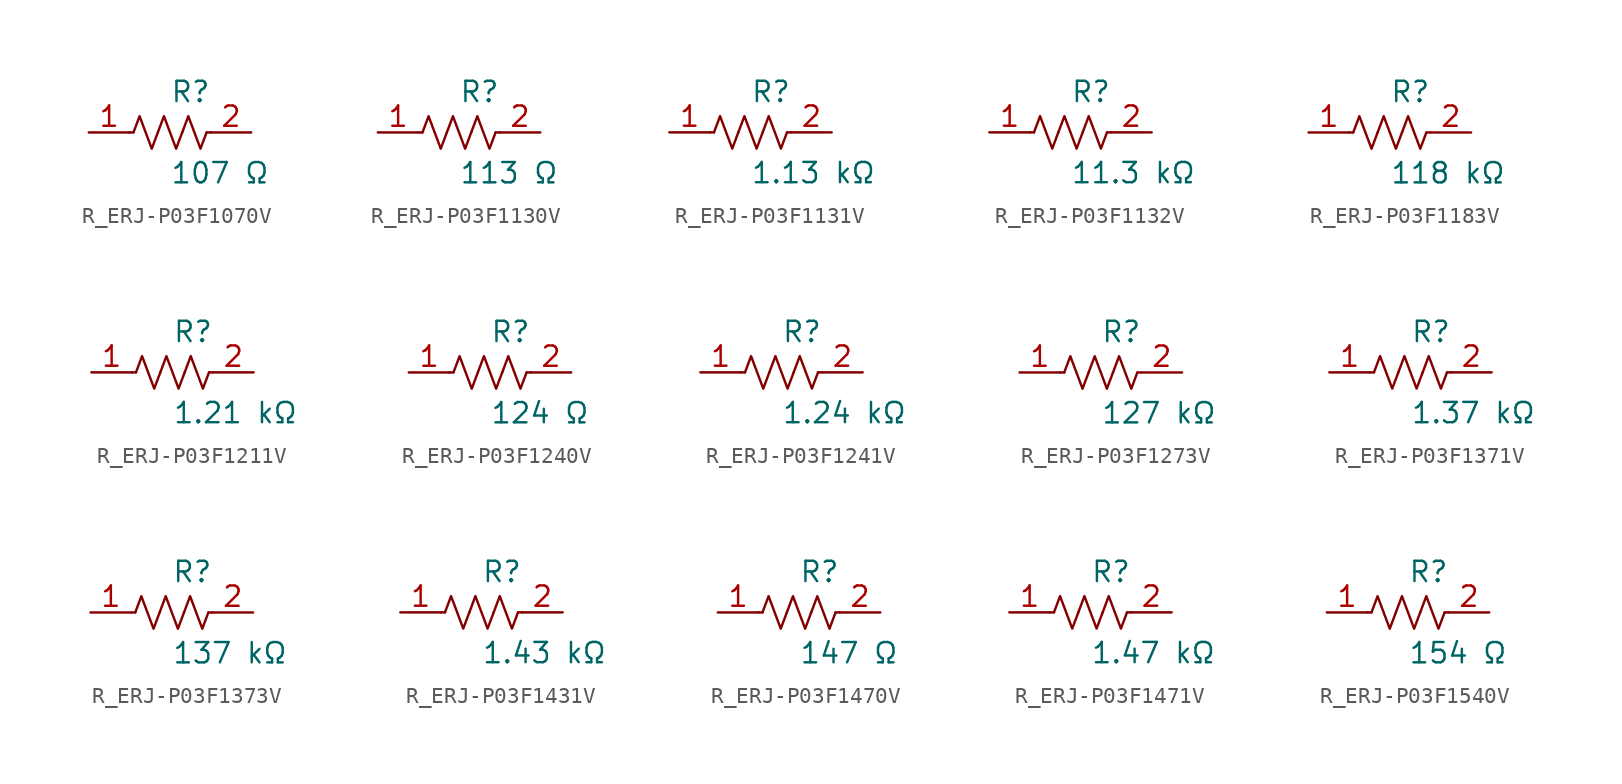
<source format=kicad_sym>
(kicad_symbol_lib
  (version 20231120)
  (generator kicad_symbol_editor)
  (generator_version 8.0)
  (symbol "R_ERJ-P03F1070V"
    (pin_names
      (offset 0.254))
    (property "Reference" "R"
      (at 0.0 2.54 0)
      (effects (font (size 1.27 1.27)) (justify left)))
    (property "Value" "107 Ω"
      (at 0.0 -2.54 0)
      (effects (font (size 1.27 1.27)) (justify left)))
    (symbol "R_ERJ-P03F1070V_0_1"
      (polyline (pts (xy 2.286 0) (xy 2.54 0)) (stroke (width 0) (type default)) (fill (type none)))
      (polyline (pts (xy -2.286 0) (xy -2.54 0)) (stroke (width 0) (type default)) (fill (type none)))
      (polyline (pts (xy 0.762 0) (xy 1.143 1.016) (xy 1.524 0) (xy 1.905 -1.016) (xy 2.286 0)) (stroke (width 0) (type default)) (fill (type none)))
      (polyline (pts (xy -0.762 0) (xy -0.381 1.016) (xy 0 0) (xy 0.381 -1.016) (xy 0.762 0)) (stroke (width 0) (type default)) (fill (type none)))
      (polyline (pts (xy -2.286 0) (xy -1.905 1.016) (xy -1.524 0) (xy -1.143 -1.016) (xy -0.762 0)) (stroke (width 0) (type default)) (fill (type none))))
    (pin unspecified line
      (at -5.08 0 0)
      (length 2.54)
      (name "" (effects (font (size 1.27 1.27))))
      (number "1" (effects (font (size 1.27 1.27)))))
    (pin unspecified line
      (at 5.08 0 180)
      (length 2.54)
      (name "" (effects (font (size 1.27 1.27))))
      (number "2" (effects (font (size 1.27 1.27))))))
  (symbol "R_ERJ-P03F1130V"
    (pin_names
      (offset 0.254))
    (property "Reference" "R"
      (at 0.0 2.54 0)
      (effects (font (size 1.27 1.27)) (justify left)))
    (property "Value" "113 Ω"
      (at 0.0 -2.54 0)
      (effects (font (size 1.27 1.27)) (justify left)))
    (symbol "R_ERJ-P03F1130V_0_1"
      (polyline (pts (xy 2.286 0) (xy 2.54 0)) (stroke (width 0) (type default)) (fill (type none)))
      (polyline (pts (xy -2.286 0) (xy -2.54 0)) (stroke (width 0) (type default)) (fill (type none)))
      (polyline (pts (xy 0.762 0) (xy 1.143 1.016) (xy 1.524 0) (xy 1.905 -1.016) (xy 2.286 0)) (stroke (width 0) (type default)) (fill (type none)))
      (polyline (pts (xy -0.762 0) (xy -0.381 1.016) (xy 0 0) (xy 0.381 -1.016) (xy 0.762 0)) (stroke (width 0) (type default)) (fill (type none)))
      (polyline (pts (xy -2.286 0) (xy -1.905 1.016) (xy -1.524 0) (xy -1.143 -1.016) (xy -0.762 0)) (stroke (width 0) (type default)) (fill (type none))))
    (pin unspecified line
      (at -5.08 0 0)
      (length 2.54)
      (name "" (effects (font (size 1.27 1.27))))
      (number "1" (effects (font (size 1.27 1.27)))))
    (pin unspecified line
      (at 5.08 0 180)
      (length 2.54)
      (name "" (effects (font (size 1.27 1.27))))
      (number "2" (effects (font (size 1.27 1.27))))))
  (symbol "R_ERJ-P03F1131V"
    (pin_names
      (offset 0.254))
    (property "Reference" "R"
      (at 0.0 2.54 0)
      (effects (font (size 1.27 1.27)) (justify left)))
    (property "Value" "1.13 kΩ"
      (at 0.0 -2.54 0)
      (effects (font (size 1.27 1.27)) (justify left)))
    (symbol "R_ERJ-P03F1131V_0_1"
      (polyline (pts (xy 2.286 0) (xy 2.54 0)) (stroke (width 0) (type default)) (fill (type none)))
      (polyline (pts (xy -2.286 0) (xy -2.54 0)) (stroke (width 0) (type default)) (fill (type none)))
      (polyline (pts (xy 0.762 0) (xy 1.143 1.016) (xy 1.524 0) (xy 1.905 -1.016) (xy 2.286 0)) (stroke (width 0) (type default)) (fill (type none)))
      (polyline (pts (xy -0.762 0) (xy -0.381 1.016) (xy 0 0) (xy 0.381 -1.016) (xy 0.762 0)) (stroke (width 0) (type default)) (fill (type none)))
      (polyline (pts (xy -2.286 0) (xy -1.905 1.016) (xy -1.524 0) (xy -1.143 -1.016) (xy -0.762 0)) (stroke (width 0) (type default)) (fill (type none))))
    (pin unspecified line
      (at -5.08 0 0)
      (length 2.54)
      (name "" (effects (font (size 1.27 1.27))))
      (number "1" (effects (font (size 1.27 1.27)))))
    (pin unspecified line
      (at 5.08 0 180)
      (length 2.54)
      (name "" (effects (font (size 1.27 1.27))))
      (number "2" (effects (font (size 1.27 1.27))))))
  (symbol "R_ERJ-P03F1132V"
    (pin_names
      (offset 0.254))
    (property "Reference" "R"
      (at 0.0 2.54 0)
      (effects (font (size 1.27 1.27)) (justify left)))
    (property "Value" "11.3 kΩ"
      (at 0.0 -2.54 0)
      (effects (font (size 1.27 1.27)) (justify left)))
    (symbol "R_ERJ-P03F1132V_0_1"
      (polyline (pts (xy 2.286 0) (xy 2.54 0)) (stroke (width 0) (type default)) (fill (type none)))
      (polyline (pts (xy -2.286 0) (xy -2.54 0)) (stroke (width 0) (type default)) (fill (type none)))
      (polyline (pts (xy 0.762 0) (xy 1.143 1.016) (xy 1.524 0) (xy 1.905 -1.016) (xy 2.286 0)) (stroke (width 0) (type default)) (fill (type none)))
      (polyline (pts (xy -0.762 0) (xy -0.381 1.016) (xy 0 0) (xy 0.381 -1.016) (xy 0.762 0)) (stroke (width 0) (type default)) (fill (type none)))
      (polyline (pts (xy -2.286 0) (xy -1.905 1.016) (xy -1.524 0) (xy -1.143 -1.016) (xy -0.762 0)) (stroke (width 0) (type default)) (fill (type none))))
    (pin unspecified line
      (at -5.08 0 0)
      (length 2.54)
      (name "" (effects (font (size 1.27 1.27))))
      (number "1" (effects (font (size 1.27 1.27)))))
    (pin unspecified line
      (at 5.08 0 180)
      (length 2.54)
      (name "" (effects (font (size 1.27 1.27))))
      (number "2" (effects (font (size 1.27 1.27))))))
  (symbol "R_ERJ-P03F1183V"
    (pin_names
      (offset 0.254))
    (property "Reference" "R"
      (at 0.0 2.54 0)
      (effects (font (size 1.27 1.27)) (justify left)))
    (property "Value" "118 kΩ"
      (at 0.0 -2.54 0)
      (effects (font (size 1.27 1.27)) (justify left)))
    (symbol "R_ERJ-P03F1183V_0_1"
      (polyline (pts (xy 2.286 0) (xy 2.54 0)) (stroke (width 0) (type default)) (fill (type none)))
      (polyline (pts (xy -2.286 0) (xy -2.54 0)) (stroke (width 0) (type default)) (fill (type none)))
      (polyline (pts (xy 0.762 0) (xy 1.143 1.016) (xy 1.524 0) (xy 1.905 -1.016) (xy 2.286 0)) (stroke (width 0) (type default)) (fill (type none)))
      (polyline (pts (xy -0.762 0) (xy -0.381 1.016) (xy 0 0) (xy 0.381 -1.016) (xy 0.762 0)) (stroke (width 0) (type default)) (fill (type none)))
      (polyline (pts (xy -2.286 0) (xy -1.905 1.016) (xy -1.524 0) (xy -1.143 -1.016) (xy -0.762 0)) (stroke (width 0) (type default)) (fill (type none))))
    (pin unspecified line
      (at -5.08 0 0)
      (length 2.54)
      (name "" (effects (font (size 1.27 1.27))))
      (number "1" (effects (font (size 1.27 1.27)))))
    (pin unspecified line
      (at 5.08 0 180)
      (length 2.54)
      (name "" (effects (font (size 1.27 1.27))))
      (number "2" (effects (font (size 1.27 1.27))))))
  (symbol "R_ERJ-P03F1211V"
    (pin_names
      (offset 0.254))
    (property "Reference" "R"
      (at 0.0 2.54 0)
      (effects (font (size 1.27 1.27)) (justify left)))
    (property "Value" "1.21 kΩ"
      (at 0.0 -2.54 0)
      (effects (font (size 1.27 1.27)) (justify left)))
    (symbol "R_ERJ-P03F1211V_0_1"
      (polyline (pts (xy 2.286 0) (xy 2.54 0)) (stroke (width 0) (type default)) (fill (type none)))
      (polyline (pts (xy -2.286 0) (xy -2.54 0)) (stroke (width 0) (type default)) (fill (type none)))
      (polyline (pts (xy 0.762 0) (xy 1.143 1.016) (xy 1.524 0) (xy 1.905 -1.016) (xy 2.286 0)) (stroke (width 0) (type default)) (fill (type none)))
      (polyline (pts (xy -0.762 0) (xy -0.381 1.016) (xy 0 0) (xy 0.381 -1.016) (xy 0.762 0)) (stroke (width 0) (type default)) (fill (type none)))
      (polyline (pts (xy -2.286 0) (xy -1.905 1.016) (xy -1.524 0) (xy -1.143 -1.016) (xy -0.762 0)) (stroke (width 0) (type default)) (fill (type none))))
    (pin unspecified line
      (at -5.08 0 0)
      (length 2.54)
      (name "" (effects (font (size 1.27 1.27))))
      (number "1" (effects (font (size 1.27 1.27)))))
    (pin unspecified line
      (at 5.08 0 180)
      (length 2.54)
      (name "" (effects (font (size 1.27 1.27))))
      (number "2" (effects (font (size 1.27 1.27))))))
  (symbol "R_ERJ-P03F1240V"
    (pin_names
      (offset 0.254))
    (property "Reference" "R"
      (at 0.0 2.54 0)
      (effects (font (size 1.27 1.27)) (justify left)))
    (property "Value" "124 Ω"
      (at 0.0 -2.54 0)
      (effects (font (size 1.27 1.27)) (justify left)))
    (symbol "R_ERJ-P03F1240V_0_1"
      (polyline (pts (xy 2.286 0) (xy 2.54 0)) (stroke (width 0) (type default)) (fill (type none)))
      (polyline (pts (xy -2.286 0) (xy -2.54 0)) (stroke (width 0) (type default)) (fill (type none)))
      (polyline (pts (xy 0.762 0) (xy 1.143 1.016) (xy 1.524 0) (xy 1.905 -1.016) (xy 2.286 0)) (stroke (width 0) (type default)) (fill (type none)))
      (polyline (pts (xy -0.762 0) (xy -0.381 1.016) (xy 0 0) (xy 0.381 -1.016) (xy 0.762 0)) (stroke (width 0) (type default)) (fill (type none)))
      (polyline (pts (xy -2.286 0) (xy -1.905 1.016) (xy -1.524 0) (xy -1.143 -1.016) (xy -0.762 0)) (stroke (width 0) (type default)) (fill (type none))))
    (pin unspecified line
      (at -5.08 0 0)
      (length 2.54)
      (name "" (effects (font (size 1.27 1.27))))
      (number "1" (effects (font (size 1.27 1.27)))))
    (pin unspecified line
      (at 5.08 0 180)
      (length 2.54)
      (name "" (effects (font (size 1.27 1.27))))
      (number "2" (effects (font (size 1.27 1.27))))))
  (symbol "R_ERJ-P03F1241V"
    (pin_names
      (offset 0.254))
    (property "Reference" "R"
      (at 0.0 2.54 0)
      (effects (font (size 1.27 1.27)) (justify left)))
    (property "Value" "1.24 kΩ"
      (at 0.0 -2.54 0)
      (effects (font (size 1.27 1.27)) (justify left)))
    (symbol "R_ERJ-P03F1241V_0_1"
      (polyline (pts (xy 2.286 0) (xy 2.54 0)) (stroke (width 0) (type default)) (fill (type none)))
      (polyline (pts (xy -2.286 0) (xy -2.54 0)) (stroke (width 0) (type default)) (fill (type none)))
      (polyline (pts (xy 0.762 0) (xy 1.143 1.016) (xy 1.524 0) (xy 1.905 -1.016) (xy 2.286 0)) (stroke (width 0) (type default)) (fill (type none)))
      (polyline (pts (xy -0.762 0) (xy -0.381 1.016) (xy 0 0) (xy 0.381 -1.016) (xy 0.762 0)) (stroke (width 0) (type default)) (fill (type none)))
      (polyline (pts (xy -2.286 0) (xy -1.905 1.016) (xy -1.524 0) (xy -1.143 -1.016) (xy -0.762 0)) (stroke (width 0) (type default)) (fill (type none))))
    (pin unspecified line
      (at -5.08 0 0)
      (length 2.54)
      (name "" (effects (font (size 1.27 1.27))))
      (number "1" (effects (font (size 1.27 1.27)))))
    (pin unspecified line
      (at 5.08 0 180)
      (length 2.54)
      (name "" (effects (font (size 1.27 1.27))))
      (number "2" (effects (font (size 1.27 1.27))))))
  (symbol "R_ERJ-P03F1273V"
    (pin_names
      (offset 0.254))
    (property "Reference" "R"
      (at 0.0 2.54 0)
      (effects (font (size 1.27 1.27)) (justify left)))
    (property "Value" "127 kΩ"
      (at 0.0 -2.54 0)
      (effects (font (size 1.27 1.27)) (justify left)))
    (symbol "R_ERJ-P03F1273V_0_1"
      (polyline (pts (xy 2.286 0) (xy 2.54 0)) (stroke (width 0) (type default)) (fill (type none)))
      (polyline (pts (xy -2.286 0) (xy -2.54 0)) (stroke (width 0) (type default)) (fill (type none)))
      (polyline (pts (xy 0.762 0) (xy 1.143 1.016) (xy 1.524 0) (xy 1.905 -1.016) (xy 2.286 0)) (stroke (width 0) (type default)) (fill (type none)))
      (polyline (pts (xy -0.762 0) (xy -0.381 1.016) (xy 0 0) (xy 0.381 -1.016) (xy 0.762 0)) (stroke (width 0) (type default)) (fill (type none)))
      (polyline (pts (xy -2.286 0) (xy -1.905 1.016) (xy -1.524 0) (xy -1.143 -1.016) (xy -0.762 0)) (stroke (width 0) (type default)) (fill (type none))))
    (pin unspecified line
      (at -5.08 0 0)
      (length 2.54)
      (name "" (effects (font (size 1.27 1.27))))
      (number "1" (effects (font (size 1.27 1.27)))))
    (pin unspecified line
      (at 5.08 0 180)
      (length 2.54)
      (name "" (effects (font (size 1.27 1.27))))
      (number "2" (effects (font (size 1.27 1.27))))))
  (symbol "R_ERJ-P03F1371V"
    (pin_names
      (offset 0.254))
    (property "Reference" "R"
      (at 0.0 2.54 0)
      (effects (font (size 1.27 1.27)) (justify left)))
    (property "Value" "1.37 kΩ"
      (at 0.0 -2.54 0)
      (effects (font (size 1.27 1.27)) (justify left)))
    (symbol "R_ERJ-P03F1371V_0_1"
      (polyline (pts (xy 2.286 0) (xy 2.54 0)) (stroke (width 0) (type default)) (fill (type none)))
      (polyline (pts (xy -2.286 0) (xy -2.54 0)) (stroke (width 0) (type default)) (fill (type none)))
      (polyline (pts (xy 0.762 0) (xy 1.143 1.016) (xy 1.524 0) (xy 1.905 -1.016) (xy 2.286 0)) (stroke (width 0) (type default)) (fill (type none)))
      (polyline (pts (xy -0.762 0) (xy -0.381 1.016) (xy 0 0) (xy 0.381 -1.016) (xy 0.762 0)) (stroke (width 0) (type default)) (fill (type none)))
      (polyline (pts (xy -2.286 0) (xy -1.905 1.016) (xy -1.524 0) (xy -1.143 -1.016) (xy -0.762 0)) (stroke (width 0) (type default)) (fill (type none))))
    (pin unspecified line
      (at -5.08 0 0)
      (length 2.54)
      (name "" (effects (font (size 1.27 1.27))))
      (number "1" (effects (font (size 1.27 1.27)))))
    (pin unspecified line
      (at 5.08 0 180)
      (length 2.54)
      (name "" (effects (font (size 1.27 1.27))))
      (number "2" (effects (font (size 1.27 1.27))))))
  (symbol "R_ERJ-P03F1373V"
    (pin_names
      (offset 0.254))
    (property "Reference" "R"
      (at 0.0 2.54 0)
      (effects (font (size 1.27 1.27)) (justify left)))
    (property "Value" "137 kΩ"
      (at 0.0 -2.54 0)
      (effects (font (size 1.27 1.27)) (justify left)))
    (symbol "R_ERJ-P03F1373V_0_1"
      (polyline (pts (xy 2.286 0) (xy 2.54 0)) (stroke (width 0) (type default)) (fill (type none)))
      (polyline (pts (xy -2.286 0) (xy -2.54 0)) (stroke (width 0) (type default)) (fill (type none)))
      (polyline (pts (xy 0.762 0) (xy 1.143 1.016) (xy 1.524 0) (xy 1.905 -1.016) (xy 2.286 0)) (stroke (width 0) (type default)) (fill (type none)))
      (polyline (pts (xy -0.762 0) (xy -0.381 1.016) (xy 0 0) (xy 0.381 -1.016) (xy 0.762 0)) (stroke (width 0) (type default)) (fill (type none)))
      (polyline (pts (xy -2.286 0) (xy -1.905 1.016) (xy -1.524 0) (xy -1.143 -1.016) (xy -0.762 0)) (stroke (width 0) (type default)) (fill (type none))))
    (pin unspecified line
      (at -5.08 0 0)
      (length 2.54)
      (name "" (effects (font (size 1.27 1.27))))
      (number "1" (effects (font (size 1.27 1.27)))))
    (pin unspecified line
      (at 5.08 0 180)
      (length 2.54)
      (name "" (effects (font (size 1.27 1.27))))
      (number "2" (effects (font (size 1.27 1.27))))))
  (symbol "R_ERJ-P03F1431V"
    (pin_names
      (offset 0.254))
    (property "Reference" "R"
      (at 0.0 2.54 0)
      (effects (font (size 1.27 1.27)) (justify left)))
    (property "Value" "1.43 kΩ"
      (at 0.0 -2.54 0)
      (effects (font (size 1.27 1.27)) (justify left)))
    (symbol "R_ERJ-P03F1431V_0_1"
      (polyline (pts (xy 2.286 0) (xy 2.54 0)) (stroke (width 0) (type default)) (fill (type none)))
      (polyline (pts (xy -2.286 0) (xy -2.54 0)) (stroke (width 0) (type default)) (fill (type none)))
      (polyline (pts (xy 0.762 0) (xy 1.143 1.016) (xy 1.524 0) (xy 1.905 -1.016) (xy 2.286 0)) (stroke (width 0) (type default)) (fill (type none)))
      (polyline (pts (xy -0.762 0) (xy -0.381 1.016) (xy 0 0) (xy 0.381 -1.016) (xy 0.762 0)) (stroke (width 0) (type default)) (fill (type none)))
      (polyline (pts (xy -2.286 0) (xy -1.905 1.016) (xy -1.524 0) (xy -1.143 -1.016) (xy -0.762 0)) (stroke (width 0) (type default)) (fill (type none))))
    (pin unspecified line
      (at -5.08 0 0)
      (length 2.54)
      (name "" (effects (font (size 1.27 1.27))))
      (number "1" (effects (font (size 1.27 1.27)))))
    (pin unspecified line
      (at 5.08 0 180)
      (length 2.54)
      (name "" (effects (font (size 1.27 1.27))))
      (number "2" (effects (font (size 1.27 1.27))))))
  (symbol "R_ERJ-P03F1470V"
    (pin_names
      (offset 0.254))
    (property "Reference" "R"
      (at 0.0 2.54 0)
      (effects (font (size 1.27 1.27)) (justify left)))
    (property "Value" "147 Ω"
      (at 0.0 -2.54 0)
      (effects (font (size 1.27 1.27)) (justify left)))
    (symbol "R_ERJ-P03F1470V_0_1"
      (polyline (pts (xy 2.286 0) (xy 2.54 0)) (stroke (width 0) (type default)) (fill (type none)))
      (polyline (pts (xy -2.286 0) (xy -2.54 0)) (stroke (width 0) (type default)) (fill (type none)))
      (polyline (pts (xy 0.762 0) (xy 1.143 1.016) (xy 1.524 0) (xy 1.905 -1.016) (xy 2.286 0)) (stroke (width 0) (type default)) (fill (type none)))
      (polyline (pts (xy -0.762 0) (xy -0.381 1.016) (xy 0 0) (xy 0.381 -1.016) (xy 0.762 0)) (stroke (width 0) (type default)) (fill (type none)))
      (polyline (pts (xy -2.286 0) (xy -1.905 1.016) (xy -1.524 0) (xy -1.143 -1.016) (xy -0.762 0)) (stroke (width 0) (type default)) (fill (type none))))
    (pin unspecified line
      (at -5.08 0 0)
      (length 2.54)
      (name "" (effects (font (size 1.27 1.27))))
      (number "1" (effects (font (size 1.27 1.27)))))
    (pin unspecified line
      (at 5.08 0 180)
      (length 2.54)
      (name "" (effects (font (size 1.27 1.27))))
      (number "2" (effects (font (size 1.27 1.27))))))
  (symbol "R_ERJ-P03F1471V"
    (pin_names
      (offset 0.254))
    (property "Reference" "R"
      (at 0.0 2.54 0)
      (effects (font (size 1.27 1.27)) (justify left)))
    (property "Value" "1.47 kΩ"
      (at 0.0 -2.54 0)
      (effects (font (size 1.27 1.27)) (justify left)))
    (symbol "R_ERJ-P03F1471V_0_1"
      (polyline (pts (xy 2.286 0) (xy 2.54 0)) (stroke (width 0) (type default)) (fill (type none)))
      (polyline (pts (xy -2.286 0) (xy -2.54 0)) (stroke (width 0) (type default)) (fill (type none)))
      (polyline (pts (xy 0.762 0) (xy 1.143 1.016) (xy 1.524 0) (xy 1.905 -1.016) (xy 2.286 0)) (stroke (width 0) (type default)) (fill (type none)))
      (polyline (pts (xy -0.762 0) (xy -0.381 1.016) (xy 0 0) (xy 0.381 -1.016) (xy 0.762 0)) (stroke (width 0) (type default)) (fill (type none)))
      (polyline (pts (xy -2.286 0) (xy -1.905 1.016) (xy -1.524 0) (xy -1.143 -1.016) (xy -0.762 0)) (stroke (width 0) (type default)) (fill (type none))))
    (pin unspecified line
      (at -5.08 0 0)
      (length 2.54)
      (name "" (effects (font (size 1.27 1.27))))
      (number "1" (effects (font (size 1.27 1.27)))))
    (pin unspecified line
      (at 5.08 0 180)
      (length 2.54)
      (name "" (effects (font (size 1.27 1.27))))
      (number "2" (effects (font (size 1.27 1.27))))))
  (symbol "R_ERJ-P03F1540V"
    (pin_names
      (offset 0.254))
    (property "Reference" "R"
      (at 0.0 2.54 0)
      (effects (font (size 1.27 1.27)) (justify left)))
    (property "Value" "154 Ω"
      (at 0.0 -2.54 0)
      (effects (font (size 1.27 1.27)) (justify left)))
    (symbol "R_ERJ-P03F1540V_0_1"
      (polyline (pts (xy 2.286 0) (xy 2.54 0)) (stroke (width 0) (type default)) (fill (type none)))
      (polyline (pts (xy -2.286 0) (xy -2.54 0)) (stroke (width 0) (type default)) (fill (type none)))
      (polyline (pts (xy 0.762 0) (xy 1.143 1.016) (xy 1.524 0) (xy 1.905 -1.016) (xy 2.286 0)) (stroke (width 0) (type default)) (fill (type none)))
      (polyline (pts (xy -0.762 0) (xy -0.381 1.016) (xy 0 0) (xy 0.381 -1.016) (xy 0.762 0)) (stroke (width 0) (type default)) (fill (type none)))
      (polyline (pts (xy -2.286 0) (xy -1.905 1.016) (xy -1.524 0) (xy -1.143 -1.016) (xy -0.762 0)) (stroke (width 0) (type default)) (fill (type none))))
    (pin unspecified line
      (at -5.08 0 0)
      (length 2.54)
      (name "" (effects (font (size 1.27 1.27))))
      (number "1" (effects (font (size 1.27 1.27)))))
    (pin unspecified line
      (at 5.08 0 180)
      (length 2.54)
      (name "" (effects (font (size 1.27 1.27))))
      (number "2" (effects (font (size 1.27 1.27)))))))
</source>
